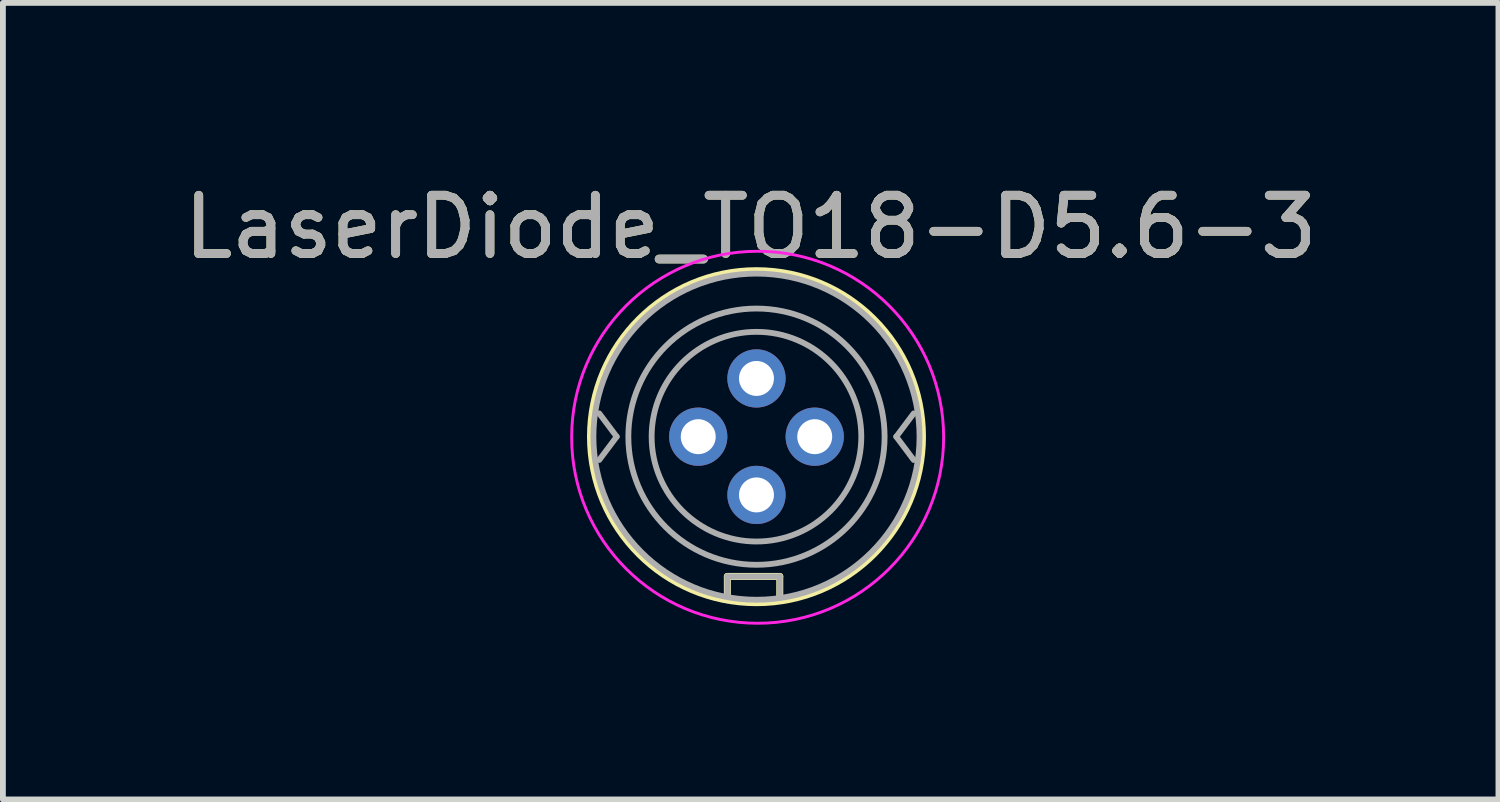
<source format=kicad_pcb>
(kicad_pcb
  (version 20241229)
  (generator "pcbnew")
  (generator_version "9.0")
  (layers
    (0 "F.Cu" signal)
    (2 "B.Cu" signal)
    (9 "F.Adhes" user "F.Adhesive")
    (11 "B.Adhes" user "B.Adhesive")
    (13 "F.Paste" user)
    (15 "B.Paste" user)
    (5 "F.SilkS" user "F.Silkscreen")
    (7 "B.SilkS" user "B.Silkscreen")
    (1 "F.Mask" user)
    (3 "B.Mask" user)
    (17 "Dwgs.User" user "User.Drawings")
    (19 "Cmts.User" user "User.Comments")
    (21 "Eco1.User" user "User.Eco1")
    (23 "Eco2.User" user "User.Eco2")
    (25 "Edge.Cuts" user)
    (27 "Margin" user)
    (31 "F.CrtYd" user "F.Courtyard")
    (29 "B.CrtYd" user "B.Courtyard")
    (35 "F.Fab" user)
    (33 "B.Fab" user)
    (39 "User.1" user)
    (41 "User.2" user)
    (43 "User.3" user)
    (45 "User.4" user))
  (footprint "LaserDiode_TO18-D5.6-3"
    (layer "F.Cu")
    (at 8.939 4.448)
    (property "Reference" "LaserDiode_TO18-D5.6-3" (at 0.9 -3.6 0) (layer "F.SilkS") (effects (font (size 1 1) (thickness 0.15))))
    (attr through_hole)
    (fp_line (start 0.5 2.4) (end 1.4 2.4) (stroke (width 0.12) (type solid)) (layer "F.SilkS"))
    (fp_line (start 0.5 2.8) (end 0.5 2.4) (stroke (width 0.12) (type solid)) (layer "F.SilkS"))
    (fp_line (start 1.4 2.4) (end 1.4 2.8) (stroke (width 0.12) (type solid)) (layer "F.SilkS"))
    (fp_circle (center 1 0) (end -1.85 0) (stroke (width 0.12) (type solid)) (fill no) (layer "F.SilkS"))
    (fp_circle (center 1.02 0.01) (end 3.85 1.49) (stroke (width 0.05) (type solid)) (fill no) (layer "F.CrtYd"))
    (fp_line (start -1.4 0) (end -1.7 -0.4) (stroke (width 0.1) (type solid)) (layer "F.Fab"))
    (fp_line (start -1.4 0) (end -1.7 0.4) (stroke (width 0.1) (type solid)) (layer "F.Fab"))
    (fp_line (start 0.5 2.4) (end 1.4 2.4) (stroke (width 0.1) (type solid)) (layer "F.Fab"))
    (fp_line (start 0.5 2.7) (end 0.5 2.4) (stroke (width 0.1) (type solid)) (layer "F.Fab"))
    (fp_line (start 1.4 2.4) (end 1.4 2.7) (stroke (width 0.1) (type solid)) (layer "F.Fab"))
    (fp_line (start 3.4 0) (end 3.7 0.4) (stroke (width 0.1) (type solid)) (layer "F.Fab"))
    (fp_line (start 3.7 -0.4) (end 3.4 0) (stroke (width 0.1) (type solid)) (layer "F.Fab"))
    (fp_circle (center 1 0) (end -1.8 0) (stroke (width 0.1) (type solid)) (fill no) (layer "F.Fab"))
    (fp_circle (center 1 0) (end 2.8 0) (stroke (width 0.1) (type solid)) (fill no) (layer "F.Fab"))
    (fp_circle (center 1 0) (end 3.2 0) (stroke (width 0.1) (type solid)) (fill no) (layer "F.Fab"))
    (fp_text user "${REFERENCE}" (at 0.9 -3.6 0) (layer "F.Fab") (effects (font (size 1 1) (thickness 0.15))))
    (pad "1" thru_hole circle (at 1 1) (size 1 1) (drill 0.6) (layers "*.Cu" "*.Mask"))
    (pad "2" thru_hole circle (at 2 0) (size 1 1) (drill 0.6) (layers "*.Cu" "*.Mask"))
    (pad "3" thru_hole circle (at 0 0 45) (size 1 1) (drill 0.6) (layers "*.Cu" "*.Mask"))
    (pad "4" thru_hole circle (at 1 -1) (size 1 1) (drill 0.6) (layers "*.Cu" "*.Mask")))
  (gr_rect
    (start -3 -3)
    (end 22.679 10.677)
    (stroke (width 0.1) (type default))
    (fill no)
    (layer "Edge.Cuts")))
</source>
